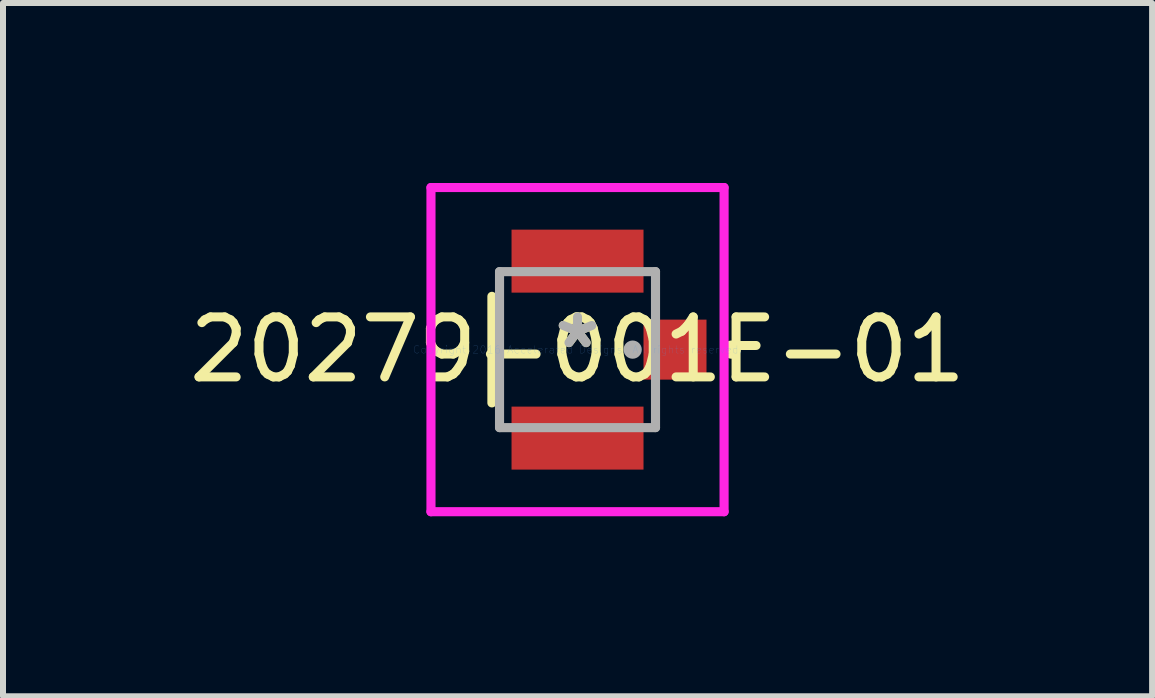
<source format=kicad_pcb>
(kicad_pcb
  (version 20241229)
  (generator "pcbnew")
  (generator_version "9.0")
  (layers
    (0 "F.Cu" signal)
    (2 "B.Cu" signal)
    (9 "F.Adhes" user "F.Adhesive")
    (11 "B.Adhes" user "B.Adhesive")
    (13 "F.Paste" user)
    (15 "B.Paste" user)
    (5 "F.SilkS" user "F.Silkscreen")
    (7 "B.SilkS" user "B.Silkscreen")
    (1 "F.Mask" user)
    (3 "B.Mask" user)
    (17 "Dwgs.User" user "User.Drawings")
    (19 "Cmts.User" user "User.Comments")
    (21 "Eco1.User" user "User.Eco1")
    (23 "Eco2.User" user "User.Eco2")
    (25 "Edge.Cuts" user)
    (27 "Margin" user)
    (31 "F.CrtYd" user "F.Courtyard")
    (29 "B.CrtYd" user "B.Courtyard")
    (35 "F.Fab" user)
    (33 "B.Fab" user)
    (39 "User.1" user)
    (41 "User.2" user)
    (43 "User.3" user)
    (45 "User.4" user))
  (footprint "20279-001E-01"
    (layer "F.Cu")
    (at 6.577 2.778)
    (property "Reference" "20279-001E-01" (at 0 0 0) (layer "F.SilkS") (effects (font (size 1 1) (thickness 0.15))))
    (attr through_hole)
    (fp_line (start -1.427 -0.888) (end -1.427 0.888) (stroke (width 0.152) (type solid)) (layer "F.SilkS"))
    (fp_circle (center 2.57 0) (end 2.646 0) (stroke (width 0.152) (type solid)) (fill no) (layer "F.SilkS"))
    (fp_line (start -2.443 -2.702) (end 2.443 -2.702) (stroke (width 0.152) (type solid)) (layer "F.CrtYd"))
    (fp_line (start -2.443 2.702) (end -2.443 -2.702) (stroke (width 0.152) (type solid)) (layer "F.CrtYd"))
    (fp_line (start 2.443 -2.702) (end 2.443 2.702) (stroke (width 0.152) (type solid)) (layer "F.CrtYd"))
    (fp_line (start 2.443 2.702) (end -2.443 2.702) (stroke (width 0.152) (type solid)) (layer "F.CrtYd"))
    (fp_line (start -1.3 -1.3) (end -1.3 1.3) (stroke (width 0.152) (type solid)) (layer "F.Fab"))
    (fp_line (start -1.3 1.3) (end 1.3 1.3) (stroke (width 0.152) (type solid)) (layer "F.Fab"))
    (fp_line (start 1.3 -1.3) (end -1.3 -1.3) (stroke (width 0.152) (type solid)) (layer "F.Fab"))
    (fp_line (start 1.3 1.3) (end 1.3 -1.3) (stroke (width 0.152) (type solid)) (layer "F.Fab"))
    (fp_circle (center 0.919 0) (end 0.995 0) (stroke (width 0.152) (type solid)) (fill no) (layer "F.Fab"))
    (fp_text user "*" (at 0 0 0) (layer "F.SilkS") (effects (font (size 1 1) (thickness 0.15))))
    (fp_text user "Copyright 2016 Accelerated Designs. All rights reserved." (at 0 0 0) (layer "Cmts.User") (effects (font (size 0.127 0.127) (thickness 0.002))))
    (fp_text user "*" (at 0 0 0) (layer "F.Fab") (effects (font (size 1 1) (thickness 0.15))))
    (pad "1" smd rect (at 0 -1.475) (size 2.2 1.05) (layers "F.Cu" "F.Mask" "F.Paste"))
    (pad "2" smd rect (at 0 1.475) (size 2.2 1.05) (layers "F.Cu" "F.Mask" "F.Paste"))
    (pad "3" smd rect (at 1.625 0) (size 1.05 1) (layers "F.Cu" "F.Mask" "F.Paste")))
  (gr_rect
    (start -3 -3)
    (end 16.155 8.556)
    (stroke (width 0.1) (type default))
    (fill no)
    (layer "Edge.Cuts")))
</source>
